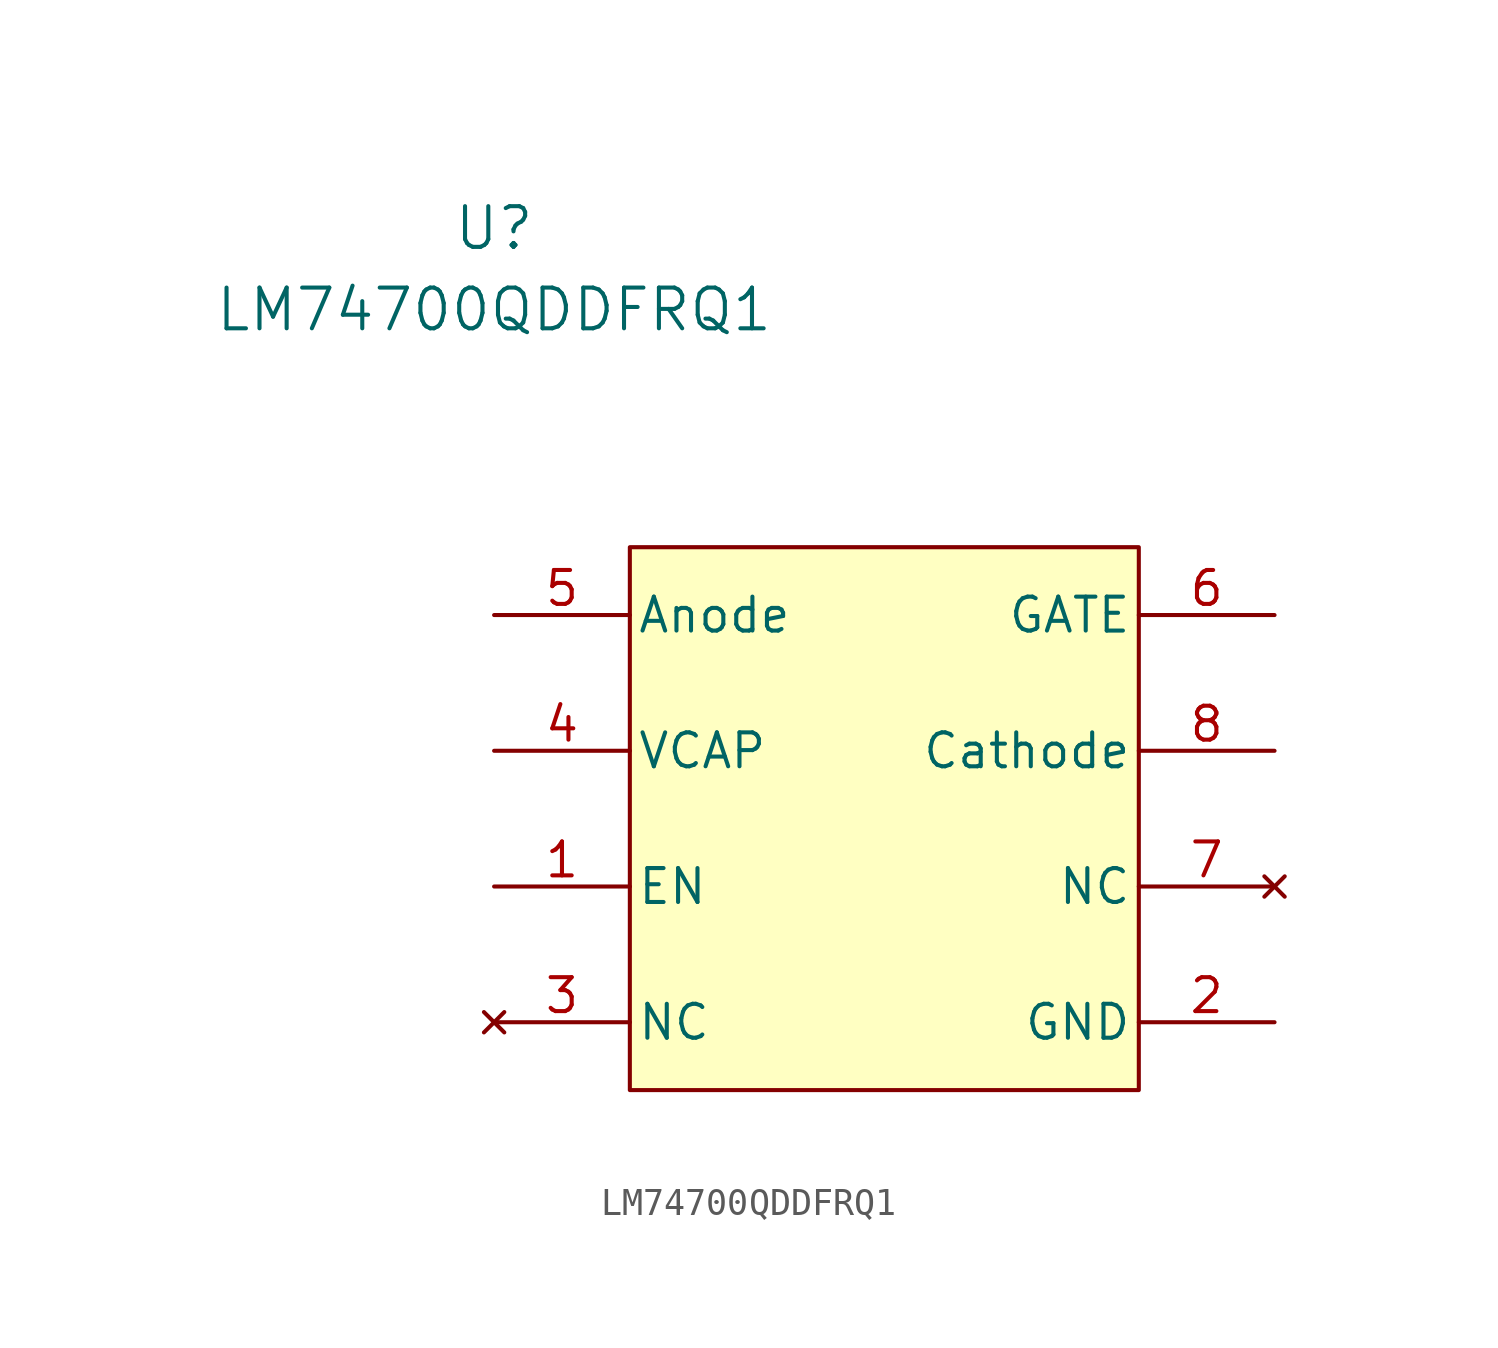
<source format=kicad_sym>
(kicad_symbol_lib
  (version 20231120)
  (generator "kicad_symbol_editor")
  (generator_version "8.0")
  (symbol "LM74700QDDFRQ1"
    (pin_names
      (offset 0.254))
    (property "Reference" "U"
      (at 0 14.478 0)
      (effects (font (size 1.524 1.524))))
    (property "Value" "LM74700QDDFRQ1"
      (at 0 11.43 0)
      (effects (font (size 1.524 1.524))))
    (symbol "LM74700QDDFRQ1_0_1"
      (pin power_in line (at 29.21 -15.24 180) (length 5.08) (name "GND" (effects (font (size 1.27 1.27)))) (number "2" (effects (font (size 1.27 1.27))))))
    (symbol "LM74700QDDFRQ1_1_1"
      (rectangle (start 5.08 2.54) (end 24.13 -17.78) (stroke (width 0) (type default)) (fill (type background)))
      (pin passive line (at 0 -10.16 0) (length 5.08) (name "EN" (effects (font (size 1.27 1.27)))) (number "1" (effects (font (size 1.27 1.27)))))
      (pin no_connect line (at 0 -15.24 0) (length 5.08) (name "NC" (effects (font (size 1.27 1.27)))) (number "3" (effects (font (size 1.27 1.27)))))
      (pin passive line (at 0 -5.08 0) (length 5.08) (name "VCAP" (effects (font (size 1.27 1.27)))) (number "4" (effects (font (size 1.27 1.27)))))
      (pin passive line (at 0 0 0) (length 5.08) (name "Anode" (effects (font (size 1.27 1.27)))) (number "5" (effects (font (size 1.27 1.27)))))
      (pin passive line (at 29.21 0 180) (length 5.08) (name "GATE" (effects (font (size 1.27 1.27)))) (number "6" (effects (font (size 1.27 1.27)))))
      (pin no_connect line (at 29.21 -10.16 180) (length 5.08) (name "NC" (effects (font (size 1.27 1.27)))) (number "7" (effects (font (size 1.27 1.27)))))
      (pin passive line (at 29.21 -5.08 180) (length 5.08) (name "Cathode" (effects (font (size 1.27 1.27)))) (number "8" (effects (font (size 1.27 1.27))))))))
</source>
